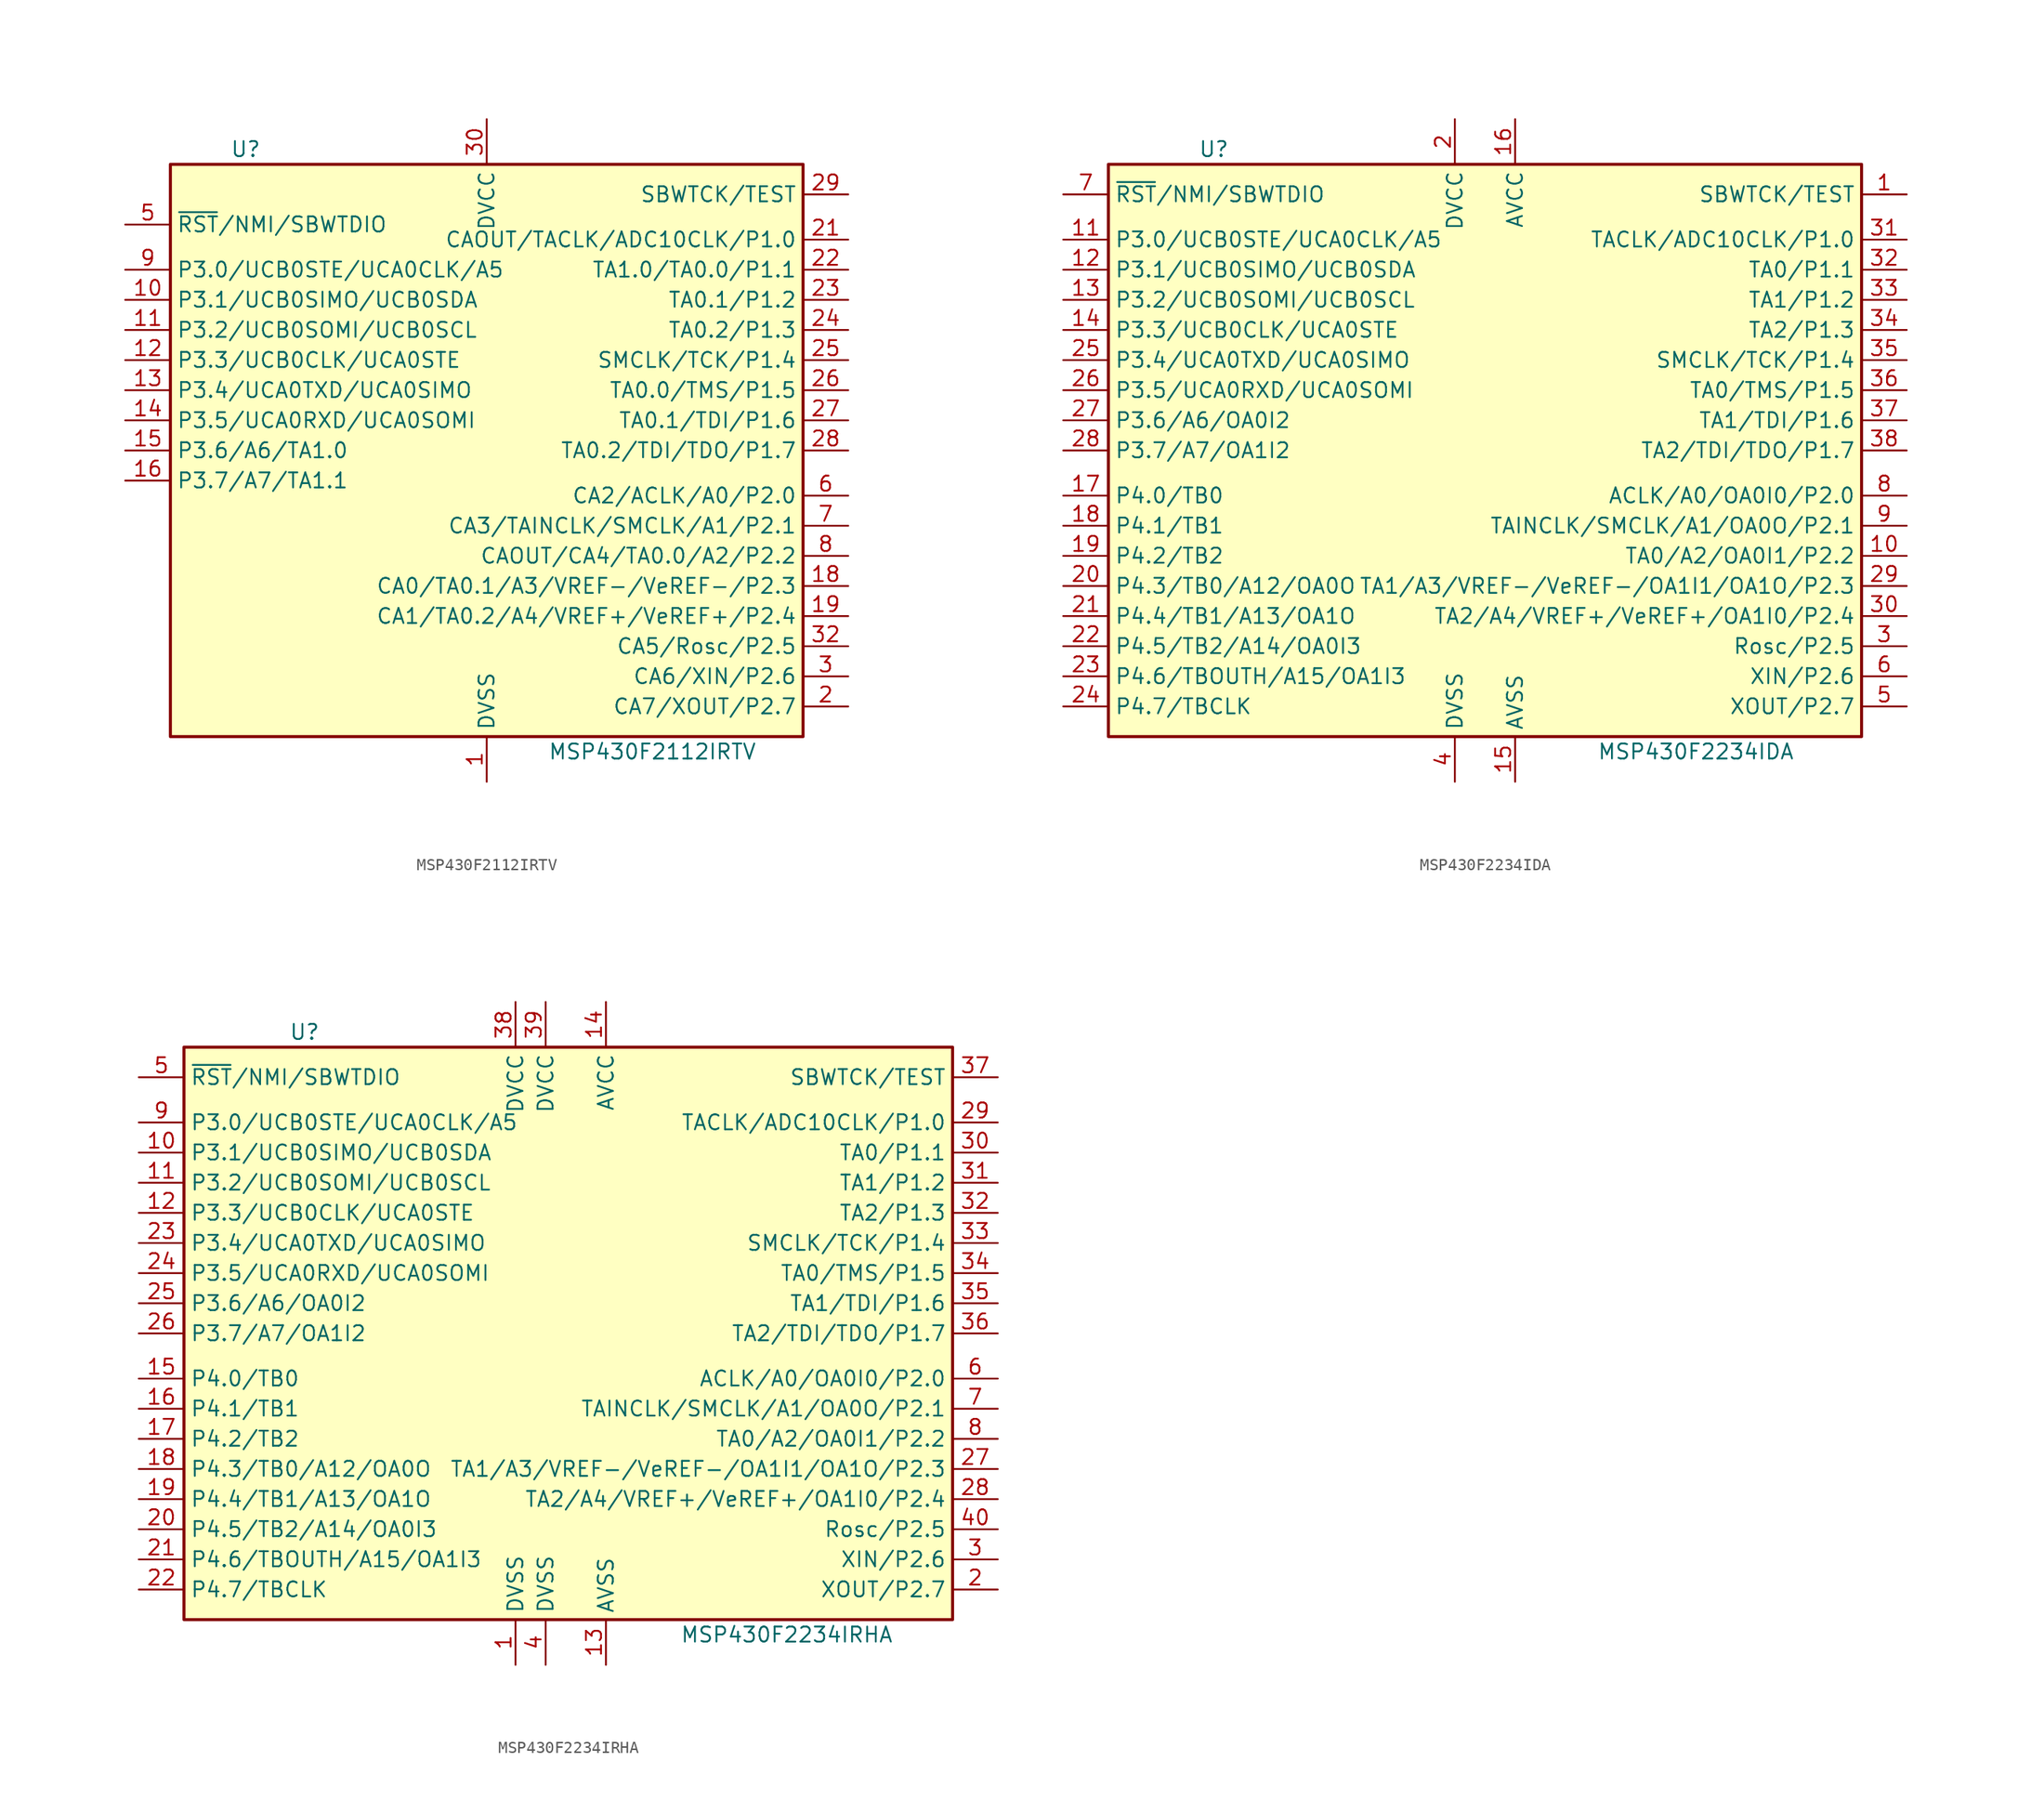
<source format=kicad_sym>
(kicad_symbol_lib
  (version 20241209)
  (generator "kicad_symbol_editor")
  (generator_version "9.0")
  (symbol "MSP430F2112IRTV"
    (property "Reference" "U"
      (at -20.32 25.4 0)
      (effects (font (size 1.27 1.27))))
    (property "Value" "MSP430F2112IRTV"
      (at 13.97 -25.4 0)
      (effects (font (size 1.27 1.27))))
    (symbol "MSP430F2112IRTV_0_1"
      (rectangle (start -26.67 24.13) (end 26.67 -24.13) (stroke (width 0.254) (type default)) (fill (type background))))
    (symbol "MSP430F2112IRTV_1_1"
      (pin bidirectional line (at -30.48 19.05 0) (length 3.81) (name "~{RST}/NMI/SBWTDIO" (effects (font (size 1.27 1.27)))) (number "5" (effects (font (size 1.27 1.27)))))
      (pin bidirectional line (at -30.48 15.24 0) (length 3.81) (name "P3.0/UCB0STE/UCA0CLK/A5" (effects (font (size 1.27 1.27)))) (number "9" (effects (font (size 1.27 1.27)))))
      (pin bidirectional line (at -30.48 12.7 0) (length 3.81) (name "P3.1/UCB0SIMO/UCB0SDA" (effects (font (size 1.27 1.27)))) (number "10" (effects (font (size 1.27 1.27)))))
      (pin bidirectional line (at -30.48 10.16 0) (length 3.81) (name "P3.2/UCB0SOMI/UCB0SCL" (effects (font (size 1.27 1.27)))) (number "11" (effects (font (size 1.27 1.27)))))
      (pin bidirectional line (at -30.48 7.62 0) (length 3.81) (name "P3.3/UCB0CLK/UCA0STE" (effects (font (size 1.27 1.27)))) (number "12" (effects (font (size 1.27 1.27)))))
      (pin bidirectional line (at -30.48 5.08 0) (length 3.81) (name "P3.4/UCA0TXD/UCA0SIMO" (effects (font (size 1.27 1.27)))) (number "13" (effects (font (size 1.27 1.27)))))
      (pin bidirectional line (at -30.48 2.54 0) (length 3.81) (name "P3.5/UCA0RXD/UCA0SOMI" (effects (font (size 1.27 1.27)))) (number "14" (effects (font (size 1.27 1.27)))))
      (pin bidirectional line (at -30.48 0 0) (length 3.81) (name "P3.6/A6/TA1.0" (effects (font (size 1.27 1.27)))) (number "15" (effects (font (size 1.27 1.27)))))
      (pin bidirectional line (at -30.48 -2.54 0) (length 3.81) (name "P3.7/A7/TA1.1" (effects (font (size 1.27 1.27)))) (number "16" (effects (font (size 1.27 1.27)))))
      (pin power_in line (at 0 27.94 270) (length 3.81) (name "DVCC" (effects (font (size 1.27 1.27)))) (number "30" (effects (font (size 1.27 1.27)))))
      (pin power_in line (at 0 -27.94 90) (length 3.81) (name "DVSS" (effects (font (size 1.27 1.27)))) (number "1" (effects (font (size 1.27 1.27)))))
      (pin input line (at 30.48 21.59 180) (length 3.81) (name "SBWTCK/TEST" (effects (font (size 1.27 1.27)))) (number "29" (effects (font (size 1.27 1.27)))))
      (pin bidirectional line (at 30.48 17.78 180) (length 3.81) (name "CAOUT/TACLK/ADC10CLK/P1.0" (effects (font (size 1.27 1.27)))) (number "21" (effects (font (size 1.27 1.27)))))
      (pin bidirectional line (at 30.48 15.24 180) (length 3.81) (name "TA1.0/TA0.0/P1.1" (effects (font (size 1.27 1.27)))) (number "22" (effects (font (size 1.27 1.27)))))
      (pin bidirectional line (at 30.48 12.7 180) (length 3.81) (name "TA0.1/P1.2" (effects (font (size 1.27 1.27)))) (number "23" (effects (font (size 1.27 1.27)))))
      (pin bidirectional line (at 30.48 10.16 180) (length 3.81) (name "TA0.2/P1.3" (effects (font (size 1.27 1.27)))) (number "24" (effects (font (size 1.27 1.27)))))
      (pin bidirectional line (at 30.48 7.62 180) (length 3.81) (name "SMCLK/TCK/P1.4" (effects (font (size 1.27 1.27)))) (number "25" (effects (font (size 1.27 1.27)))))
      (pin bidirectional line (at 30.48 5.08 180) (length 3.81) (name "TA0.0/TMS/P1.5" (effects (font (size 1.27 1.27)))) (number "26" (effects (font (size 1.27 1.27)))))
      (pin bidirectional line (at 30.48 2.54 180) (length 3.81) (name "TA0.1/TDI/P1.6" (effects (font (size 1.27 1.27)))) (number "27" (effects (font (size 1.27 1.27)))))
      (pin bidirectional line (at 30.48 0 180) (length 3.81) (name "TA0.2/TDI/TDO/P1.7" (effects (font (size 1.27 1.27)))) (number "28" (effects (font (size 1.27 1.27)))))
      (pin bidirectional line (at 30.48 -3.81 180) (length 3.81) (name "CA2/ACLK/A0/P2.0" (effects (font (size 1.27 1.27)))) (number "6" (effects (font (size 1.27 1.27)))))
      (pin bidirectional line (at 30.48 -6.35 180) (length 3.81) (name "CA3/TAINCLK/SMCLK/A1/P2.1" (effects (font (size 1.27 1.27)))) (number "7" (effects (font (size 1.27 1.27)))))
      (pin bidirectional line (at 30.48 -8.89 180) (length 3.81) (name "CAOUT/CA4/TA0.0/A2/P2.2" (effects (font (size 1.27 1.27)))) (number "8" (effects (font (size 1.27 1.27)))))
      (pin bidirectional line (at 30.48 -11.43 180) (length 3.81) (name "CA0/TA0.1/A3/VREF-/VeREF-/P2.3" (effects (font (size 1.27 1.27)))) (number "18" (effects (font (size 1.27 1.27)))))
      (pin bidirectional line (at 30.48 -13.97 180) (length 3.81) (name "CA1/TA0.2/A4/VREF+/VeREF+/P2.4" (effects (font (size 1.27 1.27)))) (number "19" (effects (font (size 1.27 1.27)))))
      (pin bidirectional line (at 30.48 -16.51 180) (length 3.81) (name "CA5/Rosc/P2.5" (effects (font (size 1.27 1.27)))) (number "32" (effects (font (size 1.27 1.27)))))
      (pin bidirectional line (at 30.48 -19.05 180) (length 3.81) (name "CA6/XIN/P2.6" (effects (font (size 1.27 1.27)))) (number "3" (effects (font (size 1.27 1.27)))))
      (pin bidirectional line (at 30.48 -21.59 180) (length 3.81) (name "CA7/XOUT/P2.7" (effects (font (size 1.27 1.27)))) (number "2" (effects (font (size 1.27 1.27)))))))
  (symbol "MSP430F2234IDA"
    (property "Reference" "U"
      (at -22.86 25.4 0)
      (effects (font (size 1.27 1.27))))
    (property "Value" "MSP430F2234IDA"
      (at 17.78 -25.4 0)
      (effects (font (size 1.27 1.27))))
    (symbol "MSP430F2234IDA_0_1"
      (rectangle (start -31.75 24.13) (end 31.75 -24.13) (stroke (width 0.254) (type default)) (fill (type background))))
    (symbol "MSP430F2234IDA_1_1"
      (pin bidirectional line (at -35.56 21.59 0) (length 3.81) (name "~{RST}/NMI/SBWTDIO" (effects (font (size 1.27 1.27)))) (number "7" (effects (font (size 1.27 1.27)))))
      (pin bidirectional line (at -35.56 17.78 0) (length 3.81) (name "P3.0/UCB0STE/UCA0CLK/A5" (effects (font (size 1.27 1.27)))) (number "11" (effects (font (size 1.27 1.27)))))
      (pin bidirectional line (at -35.56 15.24 0) (length 3.81) (name "P3.1/UCB0SIMO/UCB0SDA" (effects (font (size 1.27 1.27)))) (number "12" (effects (font (size 1.27 1.27)))))
      (pin bidirectional line (at -35.56 12.7 0) (length 3.81) (name "P3.2/UCB0SOMI/UCB0SCL" (effects (font (size 1.27 1.27)))) (number "13" (effects (font (size 1.27 1.27)))))
      (pin bidirectional line (at -35.56 10.16 0) (length 3.81) (name "P3.3/UCB0CLK/UCA0STE" (effects (font (size 1.27 1.27)))) (number "14" (effects (font (size 1.27 1.27)))))
      (pin bidirectional line (at -35.56 7.62 0) (length 3.81) (name "P3.4/UCA0TXD/UCA0SIMO" (effects (font (size 1.27 1.27)))) (number "25" (effects (font (size 1.27 1.27)))))
      (pin bidirectional line (at -35.56 5.08 0) (length 3.81) (name "P3.5/UCA0RXD/UCA0SOMI" (effects (font (size 1.27 1.27)))) (number "26" (effects (font (size 1.27 1.27)))))
      (pin bidirectional line (at -35.56 2.54 0) (length 3.81) (name "P3.6/A6/OA0I2" (effects (font (size 1.27 1.27)))) (number "27" (effects (font (size 1.27 1.27)))))
      (pin bidirectional line (at -35.56 0 0) (length 3.81) (name "P3.7/A7/OA1I2" (effects (font (size 1.27 1.27)))) (number "28" (effects (font (size 1.27 1.27)))))
      (pin bidirectional line (at -35.56 -3.81 0) (length 3.81) (name "P4.0/TB0" (effects (font (size 1.27 1.27)))) (number "17" (effects (font (size 1.27 1.27)))))
      (pin bidirectional line (at -35.56 -6.35 0) (length 3.81) (name "P4.1/TB1" (effects (font (size 1.27 1.27)))) (number "18" (effects (font (size 1.27 1.27)))))
      (pin bidirectional line (at -35.56 -8.89 0) (length 3.81) (name "P4.2/TB2" (effects (font (size 1.27 1.27)))) (number "19" (effects (font (size 1.27 1.27)))))
      (pin bidirectional line (at -35.56 -11.43 0) (length 3.81) (name "P4.3/TB0/A12/OA0O" (effects (font (size 1.27 1.27)))) (number "20" (effects (font (size 1.27 1.27)))))
      (pin bidirectional line (at -35.56 -13.97 0) (length 3.81) (name "P4.4/TB1/A13/OA1O" (effects (font (size 1.27 1.27)))) (number "21" (effects (font (size 1.27 1.27)))))
      (pin bidirectional line (at -35.56 -16.51 0) (length 3.81) (name "P4.5/TB2/A14/OA0I3" (effects (font (size 1.27 1.27)))) (number "22" (effects (font (size 1.27 1.27)))))
      (pin bidirectional line (at -35.56 -19.05 0) (length 3.81) (name "P4.6/TBOUTH/A15/OA1I3" (effects (font (size 1.27 1.27)))) (number "23" (effects (font (size 1.27 1.27)))))
      (pin bidirectional line (at -35.56 -21.59 0) (length 3.81) (name "P4.7/TBCLK" (effects (font (size 1.27 1.27)))) (number "24" (effects (font (size 1.27 1.27)))))
      (pin power_in line (at -2.54 27.94 270) (length 3.81) (name "DVCC" (effects (font (size 1.27 1.27)))) (number "2" (effects (font (size 1.27 1.27)))))
      (pin power_in line (at -2.54 -27.94 90) (length 3.81) (name "DVSS" (effects (font (size 1.27 1.27)))) (number "4" (effects (font (size 1.27 1.27)))))
      (pin power_in line (at 2.54 27.94 270) (length 3.81) (name "AVCC" (effects (font (size 1.27 1.27)))) (number "16" (effects (font (size 1.27 1.27)))))
      (pin power_in line (at 2.54 -27.94 90) (length 3.81) (name "AVSS" (effects (font (size 1.27 1.27)))) (number "15" (effects (font (size 1.27 1.27)))))
      (pin input line (at 35.56 21.59 180) (length 3.81) (name "SBWTCK/TEST" (effects (font (size 1.27 1.27)))) (number "1" (effects (font (size 1.27 1.27)))))
      (pin bidirectional line (at 35.56 17.78 180) (length 3.81) (name "TACLK/ADC10CLK/P1.0" (effects (font (size 1.27 1.27)))) (number "31" (effects (font (size 1.27 1.27)))))
      (pin bidirectional line (at 35.56 15.24 180) (length 3.81) (name "TA0/P1.1" (effects (font (size 1.27 1.27)))) (number "32" (effects (font (size 1.27 1.27)))))
      (pin bidirectional line (at 35.56 12.7 180) (length 3.81) (name "TA1/P1.2" (effects (font (size 1.27 1.27)))) (number "33" (effects (font (size 1.27 1.27)))))
      (pin bidirectional line (at 35.56 10.16 180) (length 3.81) (name "TA2/P1.3" (effects (font (size 1.27 1.27)))) (number "34" (effects (font (size 1.27 1.27)))))
      (pin bidirectional line (at 35.56 7.62 180) (length 3.81) (name "SMCLK/TCK/P1.4" (effects (font (size 1.27 1.27)))) (number "35" (effects (font (size 1.27 1.27)))))
      (pin bidirectional line (at 35.56 5.08 180) (length 3.81) (name "TA0/TMS/P1.5" (effects (font (size 1.27 1.27)))) (number "36" (effects (font (size 1.27 1.27)))))
      (pin bidirectional line (at 35.56 2.54 180) (length 3.81) (name "TA1/TDI/P1.6" (effects (font (size 1.27 1.27)))) (number "37" (effects (font (size 1.27 1.27)))))
      (pin bidirectional line (at 35.56 0 180) (length 3.81) (name "TA2/TDI/TDO/P1.7" (effects (font (size 1.27 1.27)))) (number "38" (effects (font (size 1.27 1.27)))))
      (pin bidirectional line (at 35.56 -3.81 180) (length 3.81) (name "ACLK/A0/OA0I0/P2.0" (effects (font (size 1.27 1.27)))) (number "8" (effects (font (size 1.27 1.27)))))
      (pin bidirectional line (at 35.56 -6.35 180) (length 3.81) (name "TAINCLK/SMCLK/A1/OA0O/P2.1" (effects (font (size 1.27 1.27)))) (number "9" (effects (font (size 1.27 1.27)))))
      (pin bidirectional line (at 35.56 -8.89 180) (length 3.81) (name "TA0/A2/OA0I1/P2.2" (effects (font (size 1.27 1.27)))) (number "10" (effects (font (size 1.27 1.27)))))
      (pin bidirectional line (at 35.56 -11.43 180) (length 3.81) (name "TA1/A3/VREF-/VeREF-/OA1I1/OA1O/P2.3" (effects (font (size 1.27 1.27)))) (number "29" (effects (font (size 1.27 1.27)))))
      (pin bidirectional line (at 35.56 -13.97 180) (length 3.81) (name "TA2/A4/VREF+/VeREF+/OA1I0/P2.4" (effects (font (size 1.27 1.27)))) (number "30" (effects (font (size 1.27 1.27)))))
      (pin bidirectional line (at 35.56 -16.51 180) (length 3.81) (name "Rosc/P2.5" (effects (font (size 1.27 1.27)))) (number "3" (effects (font (size 1.27 1.27)))))
      (pin bidirectional line (at 35.56 -19.05 180) (length 3.81) (name "XIN/P2.6" (effects (font (size 1.27 1.27)))) (number "6" (effects (font (size 1.27 1.27)))))
      (pin bidirectional line (at 35.56 -21.59 180) (length 3.81) (name "XOUT/P2.7" (effects (font (size 1.27 1.27)))) (number "5" (effects (font (size 1.27 1.27)))))))
  (symbol "MSP430F2234IRHA"
    (property "Reference" "U"
      (at -22.86 25.4 0)
      (effects (font (size 1.27 1.27))))
    (property "Value" "MSP430F2234IRHA"
      (at 17.78 -25.4 0)
      (effects (font (size 1.27 1.27))))
    (symbol "MSP430F2234IRHA_0_1"
      (rectangle (start -33.02 24.13) (end 31.75 -24.13) (stroke (width 0.254) (type default)) (fill (type background))))
    (symbol "MSP430F2234IRHA_1_1"
      (pin bidirectional line (at -36.83 21.59 0) (length 3.81) (name "~{RST}/NMI/SBWTDIO" (effects (font (size 1.27 1.27)))) (number "5" (effects (font (size 1.27 1.27)))))
      (pin bidirectional line (at -36.83 17.78 0) (length 3.81) (name "P3.0/UCB0STE/UCA0CLK/A5" (effects (font (size 1.27 1.27)))) (number "9" (effects (font (size 1.27 1.27)))))
      (pin bidirectional line (at -36.83 15.24 0) (length 3.81) (name "P3.1/UCB0SIMO/UCB0SDA" (effects (font (size 1.27 1.27)))) (number "10" (effects (font (size 1.27 1.27)))))
      (pin bidirectional line (at -36.83 12.7 0) (length 3.81) (name "P3.2/UCB0SOMI/UCB0SCL" (effects (font (size 1.27 1.27)))) (number "11" (effects (font (size 1.27 1.27)))))
      (pin bidirectional line (at -36.83 10.16 0) (length 3.81) (name "P3.3/UCB0CLK/UCA0STE" (effects (font (size 1.27 1.27)))) (number "12" (effects (font (size 1.27 1.27)))))
      (pin bidirectional line (at -36.83 7.62 0) (length 3.81) (name "P3.4/UCA0TXD/UCA0SIMO" (effects (font (size 1.27 1.27)))) (number "23" (effects (font (size 1.27 1.27)))))
      (pin bidirectional line (at -36.83 5.08 0) (length 3.81) (name "P3.5/UCA0RXD/UCA0SOMI" (effects (font (size 1.27 1.27)))) (number "24" (effects (font (size 1.27 1.27)))))
      (pin bidirectional line (at -36.83 2.54 0) (length 3.81) (name "P3.6/A6/OA0I2" (effects (font (size 1.27 1.27)))) (number "25" (effects (font (size 1.27 1.27)))))
      (pin bidirectional line (at -36.83 0 0) (length 3.81) (name "P3.7/A7/OA1I2" (effects (font (size 1.27 1.27)))) (number "26" (effects (font (size 1.27 1.27)))))
      (pin bidirectional line (at -36.83 -3.81 0) (length 3.81) (name "P4.0/TB0" (effects (font (size 1.27 1.27)))) (number "15" (effects (font (size 1.27 1.27)))))
      (pin bidirectional line (at -36.83 -6.35 0) (length 3.81) (name "P4.1/TB1" (effects (font (size 1.27 1.27)))) (number "16" (effects (font (size 1.27 1.27)))))
      (pin bidirectional line (at -36.83 -8.89 0) (length 3.81) (name "P4.2/TB2" (effects (font (size 1.27 1.27)))) (number "17" (effects (font (size 1.27 1.27)))))
      (pin bidirectional line (at -36.83 -11.43 0) (length 3.81) (name "P4.3/TB0/A12/OA0O" (effects (font (size 1.27 1.27)))) (number "18" (effects (font (size 1.27 1.27)))))
      (pin bidirectional line (at -36.83 -13.97 0) (length 3.81) (name "P4.4/TB1/A13/OA1O" (effects (font (size 1.27 1.27)))) (number "19" (effects (font (size 1.27 1.27)))))
      (pin bidirectional line (at -36.83 -16.51 0) (length 3.81) (name "P4.5/TB2/A14/OA0I3" (effects (font (size 1.27 1.27)))) (number "20" (effects (font (size 1.27 1.27)))))
      (pin bidirectional line (at -36.83 -19.05 0) (length 3.81) (name "P4.6/TBOUTH/A15/OA1I3" (effects (font (size 1.27 1.27)))) (number "21" (effects (font (size 1.27 1.27)))))
      (pin bidirectional line (at -36.83 -21.59 0) (length 3.81) (name "P4.7/TBCLK" (effects (font (size 1.27 1.27)))) (number "22" (effects (font (size 1.27 1.27)))))
      (pin power_in line (at -5.08 27.94 270) (length 3.81) (name "DVCC" (effects (font (size 1.27 1.27)))) (number "38" (effects (font (size 1.27 1.27)))))
      (pin power_in line (at -5.08 -27.94 90) (length 3.81) (name "DVSS" (effects (font (size 1.27 1.27)))) (number "1" (effects (font (size 1.27 1.27)))))
      (pin power_in line (at -2.54 27.94 270) (length 3.81) (name "DVCC" (effects (font (size 1.27 1.27)))) (number "39" (effects (font (size 1.27 1.27)))))
      (pin power_in line (at -2.54 -27.94 90) (length 3.81) (name "DVSS" (effects (font (size 1.27 1.27)))) (number "4" (effects (font (size 1.27 1.27)))))
      (pin power_in line (at 2.54 27.94 270) (length 3.81) (name "AVCC" (effects (font (size 1.27 1.27)))) (number "14" (effects (font (size 1.27 1.27)))))
      (pin power_in line (at 2.54 -27.94 90) (length 3.81) (name "AVSS" (effects (font (size 1.27 1.27)))) (number "13" (effects (font (size 1.27 1.27)))))
      (pin input line (at 35.56 21.59 180) (length 3.81) (name "SBWTCK/TEST" (effects (font (size 1.27 1.27)))) (number "37" (effects (font (size 1.27 1.27)))))
      (pin bidirectional line (at 35.56 17.78 180) (length 3.81) (name "TACLK/ADC10CLK/P1.0" (effects (font (size 1.27 1.27)))) (number "29" (effects (font (size 1.27 1.27)))))
      (pin bidirectional line (at 35.56 15.24 180) (length 3.81) (name "TA0/P1.1" (effects (font (size 1.27 1.27)))) (number "30" (effects (font (size 1.27 1.27)))))
      (pin bidirectional line (at 35.56 12.7 180) (length 3.81) (name "TA1/P1.2" (effects (font (size 1.27 1.27)))) (number "31" (effects (font (size 1.27 1.27)))))
      (pin bidirectional line (at 35.56 10.16 180) (length 3.81) (name "TA2/P1.3" (effects (font (size 1.27 1.27)))) (number "32" (effects (font (size 1.27 1.27)))))
      (pin bidirectional line (at 35.56 7.62 180) (length 3.81) (name "SMCLK/TCK/P1.4" (effects (font (size 1.27 1.27)))) (number "33" (effects (font (size 1.27 1.27)))))
      (pin bidirectional line (at 35.56 5.08 180) (length 3.81) (name "TA0/TMS/P1.5" (effects (font (size 1.27 1.27)))) (number "34" (effects (font (size 1.27 1.27)))))
      (pin bidirectional line (at 35.56 2.54 180) (length 3.81) (name "TA1/TDI/P1.6" (effects (font (size 1.27 1.27)))) (number "35" (effects (font (size 1.27 1.27)))))
      (pin bidirectional line (at 35.56 0 180) (length 3.81) (name "TA2/TDI/TDO/P1.7" (effects (font (size 1.27 1.27)))) (number "36" (effects (font (size 1.27 1.27)))))
      (pin bidirectional line (at 35.56 -3.81 180) (length 3.81) (name "ACLK/A0/OA0I0/P2.0" (effects (font (size 1.27 1.27)))) (number "6" (effects (font (size 1.27 1.27)))))
      (pin bidirectional line (at 35.56 -6.35 180) (length 3.81) (name "TAINCLK/SMCLK/A1/OA0O/P2.1" (effects (font (size 1.27 1.27)))) (number "7" (effects (font (size 1.27 1.27)))))
      (pin bidirectional line (at 35.56 -8.89 180) (length 3.81) (name "TA0/A2/OA0I1/P2.2" (effects (font (size 1.27 1.27)))) (number "8" (effects (font (size 1.27 1.27)))))
      (pin bidirectional line (at 35.56 -11.43 180) (length 3.81) (name "TA1/A3/VREF-/VeREF-/OA1I1/OA1O/P2.3" (effects (font (size 1.27 1.27)))) (number "27" (effects (font (size 1.27 1.27)))))
      (pin bidirectional line (at 35.56 -13.97 180) (length 3.81) (name "TA2/A4/VREF+/VeREF+/OA1I0/P2.4" (effects (font (size 1.27 1.27)))) (number "28" (effects (font (size 1.27 1.27)))))
      (pin bidirectional line (at 35.56 -16.51 180) (length 3.81) (name "Rosc/P2.5" (effects (font (size 1.27 1.27)))) (number "40" (effects (font (size 1.27 1.27)))))
      (pin bidirectional line (at 35.56 -19.05 180) (length 3.81) (name "XIN/P2.6" (effects (font (size 1.27 1.27)))) (number "3" (effects (font (size 1.27 1.27)))))
      (pin bidirectional line (at 35.56 -21.59 180) (length 3.81) (name "XOUT/P2.7" (effects (font (size 1.27 1.27)))) (number "2" (effects (font (size 1.27 1.27))))))))
</source>
